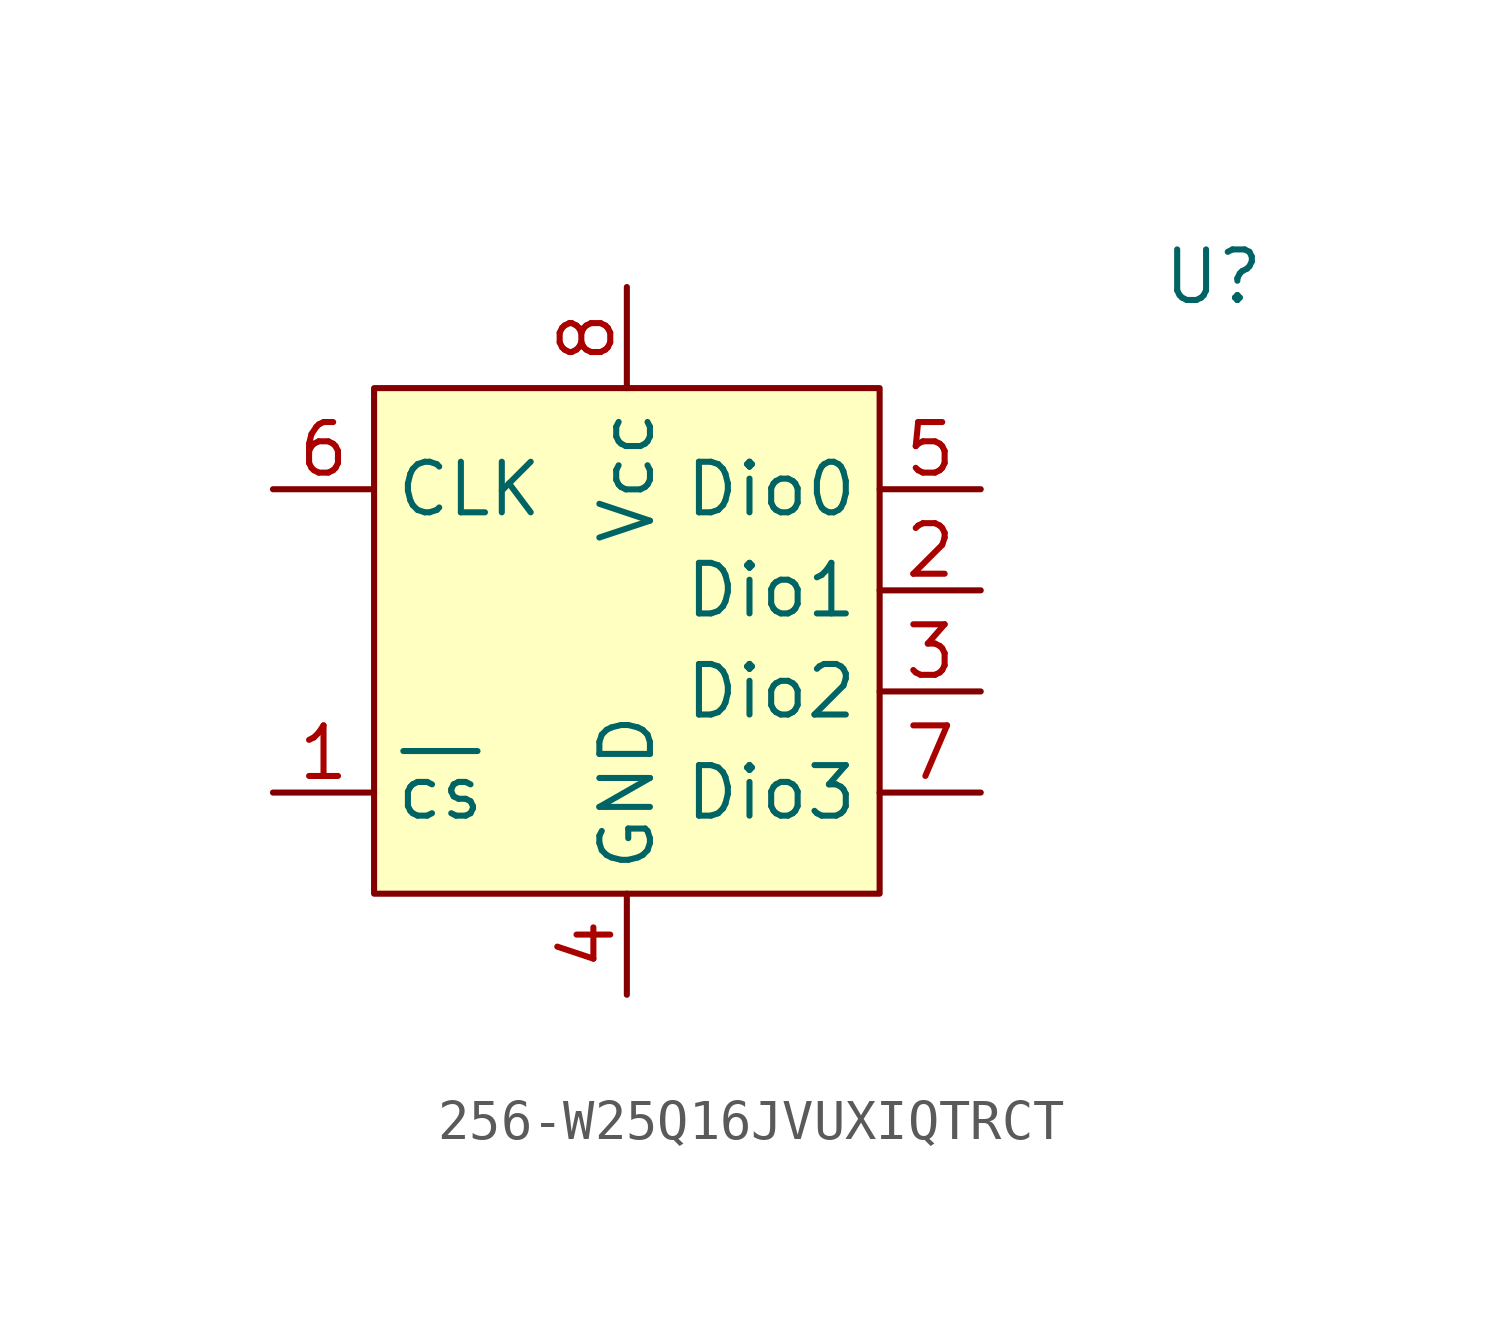
<source format=kicad_sym>
(kicad_symbol_lib
  (version 20231120)
  (generator "kicad_symbol_editor")
  (generator_version "8.0")
  (symbol "256-W25Q16JVUXIQTRCT"
    (property "Reference" "U"
      (at 14.732 9.144 0)
      (effects (font (size 1.27 1.27))))
    (property "Value" ""
      (at -3.81 6.35 0)
      (effects (font (size 1.27 1.27))))
    (symbol "256-W25Q16JVUXIQTRCT_1_1"
      (rectangle (start -6.35 6.35) (end 6.35 -6.35) (stroke (width 0) (type default)) (fill (type background)))
      (pin input line (at -8.89 -3.81 0) (length 2.54) (name "~{cs}" (effects (font (size 1.27 1.27)))) (number "1" (effects (font (size 1.27 1.27)))))
      (pin bidirectional line (at 8.89 1.27 180) (length 2.54) (name "Dio1" (effects (font (size 1.27 1.27)))) (number "2" (effects (font (size 1.27 1.27)))))
      (pin bidirectional line (at 8.89 -1.27 180) (length 2.54) (name "Dio2" (effects (font (size 1.27 1.27)))) (number "3" (effects (font (size 1.27 1.27)))))
      (pin power_in line (at 0 -8.89 90) (length 2.54) (name "GND" (effects (font (size 1.27 1.27)))) (number "4" (effects (font (size 1.27 1.27)))))
      (pin bidirectional line (at 8.89 3.81 180) (length 2.54) (name "Dio0" (effects (font (size 1.27 1.27)))) (number "5" (effects (font (size 1.27 1.27)))))
      (pin input line (at -8.89 3.81 0) (length 2.54) (name "CLK" (effects (font (size 1.27 1.27)))) (number "6" (effects (font (size 1.27 1.27)))))
      (pin bidirectional line (at 8.89 -3.81 180) (length 2.54) (name "Dio3" (effects (font (size 1.27 1.27)))) (number "7" (effects (font (size 1.27 1.27)))))
      (pin power_in line (at 0 8.89 270) (length 2.54) (name "Vcc" (effects (font (size 1.27 1.27)))) (number "8" (effects (font (size 1.27 1.27))))))))
</source>
